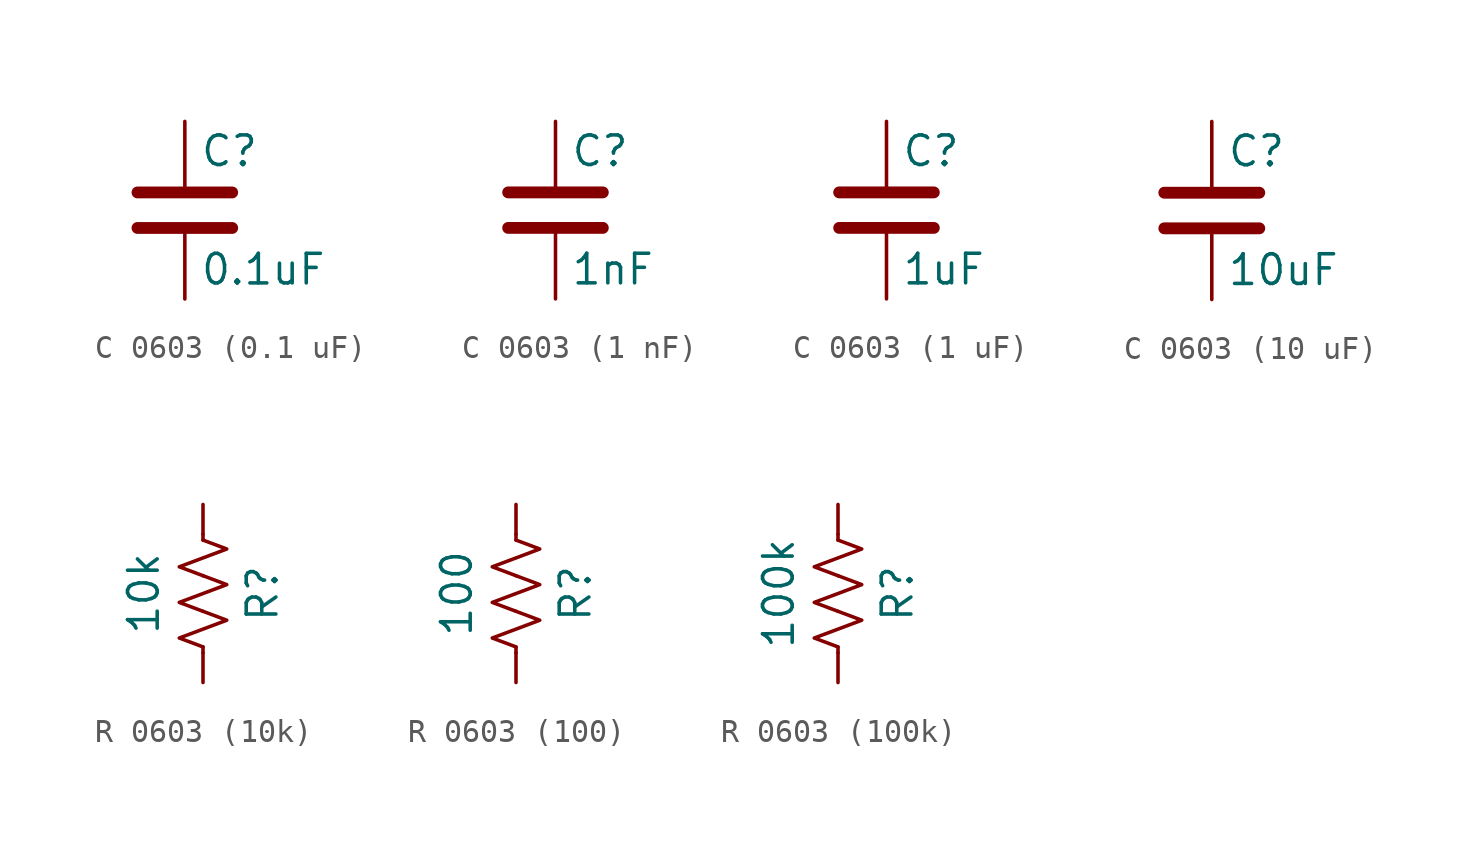
<source format=kicad_sym>
(kicad_symbol_lib
  (version 20231120)
  (generator "kicad_symbol_editor")
  (generator_version "8.0")
  (symbol "C 0603 (0.1 uF)"
    (pin_numbers hide)
    (pin_names
      (offset 0.254))
    (property "Reference" "C"
      (at 0.635 2.54 0)
      (effects (font (size 1.27 1.27)) (justify left)))
    (property "Value" "0.1uF"
      (at 0.635 -2.54 0)
      (effects (font (size 1.27 1.27)) (justify left)))
    (symbol "C 0603 (0.1 uF)_0_1"
      (polyline (pts (xy -2.032 -0.762) (xy 2.032 -0.762)) (stroke (width 0.508) (type default)) (fill (type none)))
      (polyline (pts (xy -2.032 0.762) (xy 2.032 0.762)) (stroke (width 0.508) (type default)) (fill (type none))))
    (symbol "C 0603 (0.1 uF)_1_1"
      (pin passive line (at 0 3.81 270) (length 2.794) (name "~" (effects (font (size 1.27 1.27)))) (number "1" (effects (font (size 1.27 1.27)))))
      (pin passive line (at 0 -3.81 90) (length 2.794) (name "~" (effects (font (size 1.27 1.27)))) (number "2" (effects (font (size 1.27 1.27)))))))
  (symbol "C 0603 (1 nF)"
    (pin_numbers hide)
    (pin_names
      (offset 0.254))
    (property "Reference" "C"
      (at 0.635 2.54 0)
      (effects (font (size 1.27 1.27)) (justify left)))
    (property "Value" "1nF"
      (at 0.635 -2.54 0)
      (effects (font (size 1.27 1.27)) (justify left)))
    (symbol "C 0603 (1 nF)_0_1"
      (polyline (pts (xy -2.032 -0.762) (xy 2.032 -0.762)) (stroke (width 0.508) (type default)) (fill (type none)))
      (polyline (pts (xy -2.032 0.762) (xy 2.032 0.762)) (stroke (width 0.508) (type default)) (fill (type none))))
    (symbol "C 0603 (1 nF)_1_1"
      (pin passive line (at 0 3.81 270) (length 2.794) (name "~" (effects (font (size 1.27 1.27)))) (number "1" (effects (font (size 1.27 1.27)))))
      (pin passive line (at 0 -3.81 90) (length 2.794) (name "~" (effects (font (size 1.27 1.27)))) (number "2" (effects (font (size 1.27 1.27)))))))
  (symbol "C 0603 (1 uF)"
    (pin_numbers hide)
    (pin_names
      (offset 0.254))
    (property "Reference" "C"
      (at 0.635 2.54 0)
      (effects (font (size 1.27 1.27)) (justify left)))
    (property "Value" "1uF"
      (at 0.635 -2.54 0)
      (effects (font (size 1.27 1.27)) (justify left)))
    (symbol "C 0603 (1 uF)_0_1"
      (polyline (pts (xy -2.032 -0.762) (xy 2.032 -0.762)) (stroke (width 0.508) (type default)) (fill (type none)))
      (polyline (pts (xy -2.032 0.762) (xy 2.032 0.762)) (stroke (width 0.508) (type default)) (fill (type none))))
    (symbol "C 0603 (1 uF)_1_1"
      (pin passive line (at 0 3.81 270) (length 2.794) (name "~" (effects (font (size 1.27 1.27)))) (number "1" (effects (font (size 1.27 1.27)))))
      (pin passive line (at 0 -3.81 90) (length 2.794) (name "~" (effects (font (size 1.27 1.27)))) (number "2" (effects (font (size 1.27 1.27)))))))
  (symbol "C 0603 (10 uF)"
    (pin_numbers hide)
    (pin_names
      (offset 0.254))
    (property "Reference" "C"
      (at 0.635 2.54 0)
      (effects (font (size 1.27 1.27)) (justify left)))
    (property "Value" "10uF"
      (at 0.635 -2.54 0)
      (effects (font (size 1.27 1.27)) (justify left)))
    (symbol "C 0603 (10 uF)_0_1"
      (polyline (pts (xy -2.032 -0.762) (xy 2.032 -0.762)) (stroke (width 0.508) (type default)) (fill (type none)))
      (polyline (pts (xy -2.032 0.762) (xy 2.032 0.762)) (stroke (width 0.508) (type default)) (fill (type none))))
    (symbol "C 0603 (10 uF)_1_1"
      (pin passive line (at 0 3.81 270) (length 2.794) (name "~" (effects (font (size 1.27 1.27)))) (number "1" (effects (font (size 1.27 1.27)))))
      (pin passive line (at 0 -3.81 90) (length 2.794) (name "~" (effects (font (size 1.27 1.27)))) (number "2" (effects (font (size 1.27 1.27)))))))
  (symbol "R 0603 (10k)"
    (pin_numbers hide)
    (pin_names
      (offset 0))
    (property "Reference" "R"
      (at 2.54 0 90)
      (effects (font (size 1.27 1.27))))
    (property "Value" "10k"
      (at -2.54 0 90)
      (effects (font (size 1.27 1.27))))
    (symbol "R 0603 (10k)_0_1"
      (polyline (pts (xy 0 -2.286) (xy 0 -2.54)) (stroke (width 0) (type default)) (fill (type none)))
      (polyline (pts (xy 0 2.286) (xy 0 2.54)) (stroke (width 0) (type default)) (fill (type none)))
      (polyline (pts (xy 0 -0.762) (xy 1.016 -1.143) (xy 0 -1.524) (xy -1.016 -1.905) (xy 0 -2.286)) (stroke (width 0) (type default)) (fill (type none)))
      (polyline (pts (xy 0 0.762) (xy 1.016 0.381) (xy 0 0) (xy -1.016 -0.381) (xy 0 -0.762)) (stroke (width 0) (type default)) (fill (type none)))
      (polyline (pts (xy 0 2.286) (xy 1.016 1.905) (xy 0 1.524) (xy -1.016 1.143) (xy 0 0.762)) (stroke (width 0) (type default)) (fill (type none))))
    (symbol "R 0603 (10k)_1_1"
      (pin passive line (at 0 3.81 270) (length 1.27) (name "~" (effects (font (size 1.27 1.27)))) (number "1" (effects (font (size 1.27 1.27)))))
      (pin passive line (at 0 -3.81 90) (length 1.27) (name "~" (effects (font (size 1.27 1.27)))) (number "2" (effects (font (size 1.27 1.27)))))))
  (symbol "R 0603 (100)"
    (pin_numbers hide)
    (pin_names
      (offset 0))
    (property "Reference" "R"
      (at 2.54 0 90)
      (effects (font (size 1.27 1.27))))
    (property "Value" "100"
      (at -2.54 0 90)
      (effects (font (size 1.27 1.27))))
    (symbol "R 0603 (100)_0_1"
      (polyline (pts (xy 0 -2.286) (xy 0 -2.54)) (stroke (width 0) (type default)) (fill (type none)))
      (polyline (pts (xy 0 2.286) (xy 0 2.54)) (stroke (width 0) (type default)) (fill (type none)))
      (polyline (pts (xy 0 -0.762) (xy 1.016 -1.143) (xy 0 -1.524) (xy -1.016 -1.905) (xy 0 -2.286)) (stroke (width 0) (type default)) (fill (type none)))
      (polyline (pts (xy 0 0.762) (xy 1.016 0.381) (xy 0 0) (xy -1.016 -0.381) (xy 0 -0.762)) (stroke (width 0) (type default)) (fill (type none)))
      (polyline (pts (xy 0 2.286) (xy 1.016 1.905) (xy 0 1.524) (xy -1.016 1.143) (xy 0 0.762)) (stroke (width 0) (type default)) (fill (type none))))
    (symbol "R 0603 (100)_1_1"
      (pin passive line (at 0 3.81 270) (length 1.27) (name "~" (effects (font (size 1.27 1.27)))) (number "1" (effects (font (size 1.27 1.27)))))
      (pin passive line (at 0 -3.81 90) (length 1.27) (name "~" (effects (font (size 1.27 1.27)))) (number "2" (effects (font (size 1.27 1.27)))))))
  (symbol "R 0603 (100k)"
    (pin_numbers hide)
    (pin_names
      (offset 0))
    (property "Reference" "R"
      (at 2.54 0 90)
      (effects (font (size 1.27 1.27))))
    (property "Value" "100k"
      (at -2.54 0 90)
      (effects (font (size 1.27 1.27))))
    (symbol "R 0603 (100k)_0_1"
      (polyline (pts (xy 0 -2.286) (xy 0 -2.54)) (stroke (width 0) (type default)) (fill (type none)))
      (polyline (pts (xy 0 2.286) (xy 0 2.54)) (stroke (width 0) (type default)) (fill (type none)))
      (polyline (pts (xy 0 -0.762) (xy 1.016 -1.143) (xy 0 -1.524) (xy -1.016 -1.905) (xy 0 -2.286)) (stroke (width 0) (type default)) (fill (type none)))
      (polyline (pts (xy 0 0.762) (xy 1.016 0.381) (xy 0 0) (xy -1.016 -0.381) (xy 0 -0.762)) (stroke (width 0) (type default)) (fill (type none)))
      (polyline (pts (xy 0 2.286) (xy 1.016 1.905) (xy 0 1.524) (xy -1.016 1.143) (xy 0 0.762)) (stroke (width 0) (type default)) (fill (type none))))
    (symbol "R 0603 (100k)_1_1"
      (pin passive line (at 0 3.81 270) (length 1.27) (name "~" (effects (font (size 1.27 1.27)))) (number "1" (effects (font (size 1.27 1.27)))))
      (pin passive line (at 0 -3.81 90) (length 1.27) (name "~" (effects (font (size 1.27 1.27)))) (number "2" (effects (font (size 1.27 1.27))))))))
</source>
